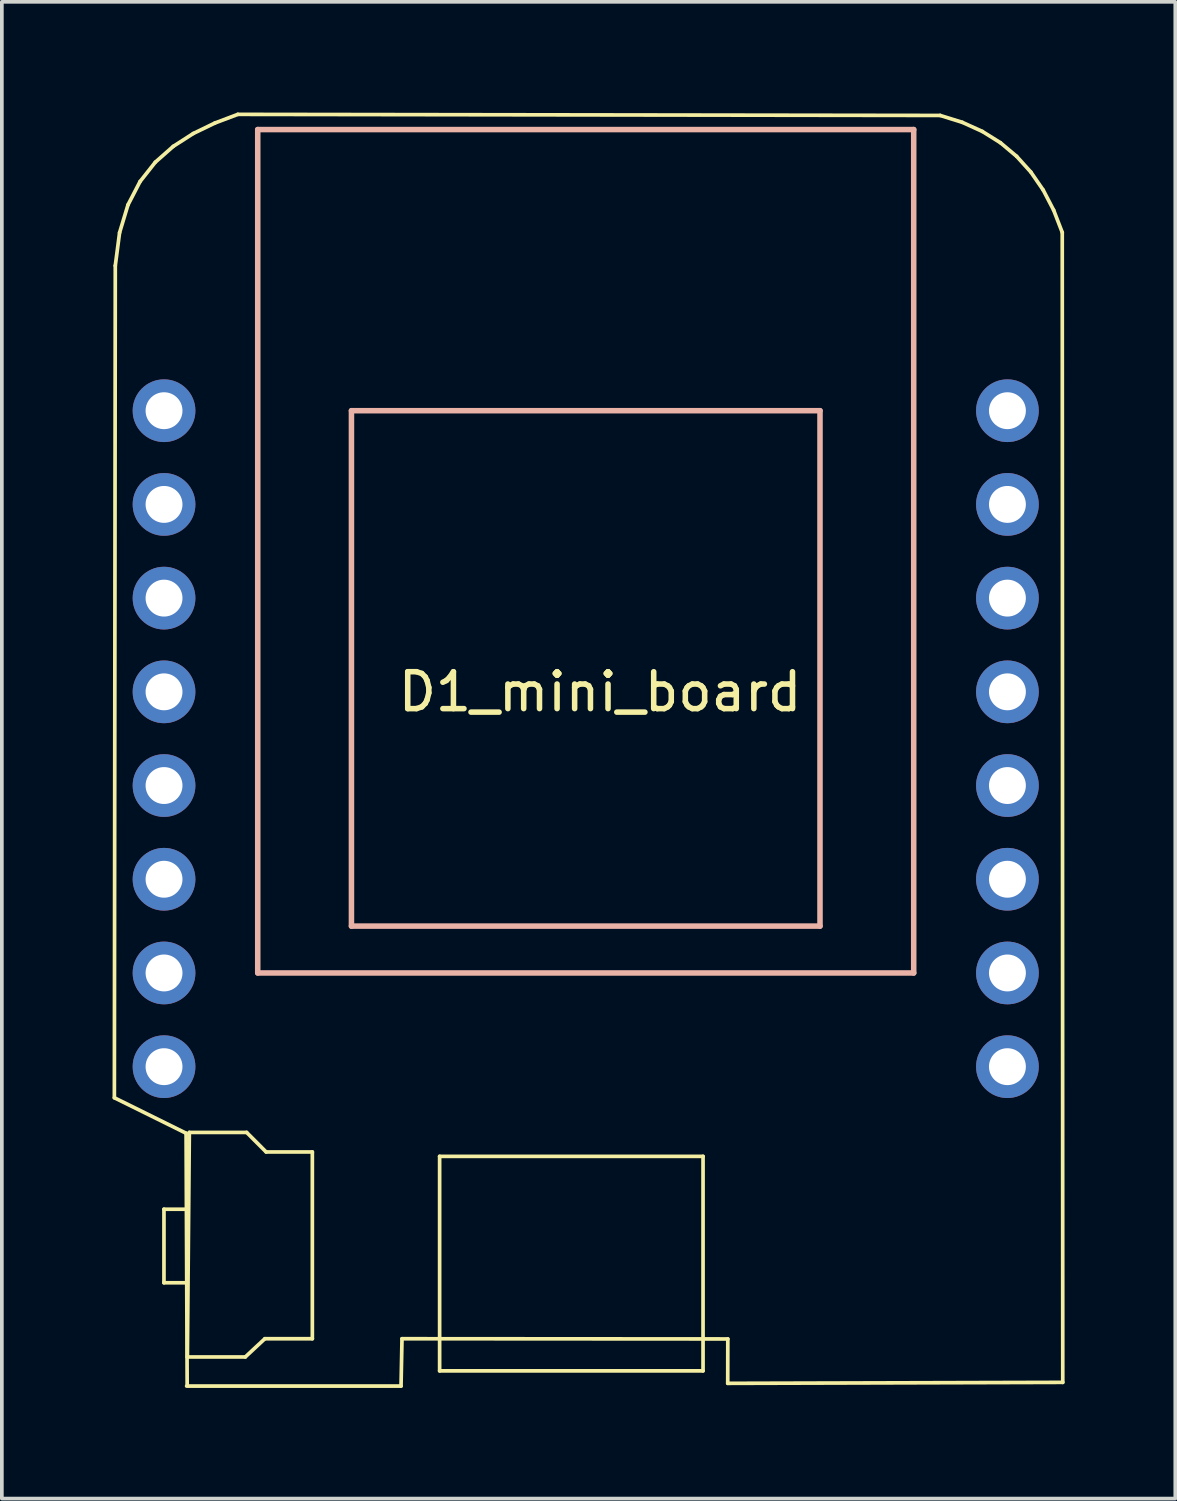
<source format=kicad_pcb>
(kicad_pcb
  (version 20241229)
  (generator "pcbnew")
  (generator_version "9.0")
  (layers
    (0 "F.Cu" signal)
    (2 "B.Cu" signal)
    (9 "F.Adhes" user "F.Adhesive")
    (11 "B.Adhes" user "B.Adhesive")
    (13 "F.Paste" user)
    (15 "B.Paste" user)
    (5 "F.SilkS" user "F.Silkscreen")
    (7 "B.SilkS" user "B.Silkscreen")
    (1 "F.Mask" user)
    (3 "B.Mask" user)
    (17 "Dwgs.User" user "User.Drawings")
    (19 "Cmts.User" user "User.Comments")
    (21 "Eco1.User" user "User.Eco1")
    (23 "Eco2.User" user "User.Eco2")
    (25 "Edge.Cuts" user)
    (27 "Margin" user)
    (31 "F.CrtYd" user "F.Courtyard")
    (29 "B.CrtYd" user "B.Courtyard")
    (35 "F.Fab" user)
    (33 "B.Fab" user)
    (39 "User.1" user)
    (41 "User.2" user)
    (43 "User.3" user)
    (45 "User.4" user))
  (footprint "D1_mini_board"
    (layer "F.Cu")
    (at 12.826 15.702)
    (property "Reference" "D1_mini_board" (at 0.39 0 0) (layer "F.SilkS") (effects (font (size 1 1) (thickness 0.15))))
    (attr through_hole)
    (fp_line (start -12.776 11.003) (end -10.832 11.964) (stroke (width 0.1) (type solid)) (layer "F.SilkS"))
    (fp_line (start -12.751 -11.552) (end -12.776 11.003) (stroke (width 0.1) (type solid)) (layer "F.SilkS"))
    (fp_line (start -12.635 -12.445) (end -12.751 -11.552) (stroke (width 0.1) (type solid)) (layer "F.SilkS"))
    (fp_line (start -12.407 -13.2) (end -12.635 -12.445) (stroke (width 0.1) (type solid)) (layer "F.SilkS"))
    (fp_line (start -12.08 -13.831) (end -12.407 -13.2) (stroke (width 0.1) (type solid)) (layer "F.SilkS"))
    (fp_line (start -11.667 -14.355) (end -12.08 -13.831) (stroke (width 0.1) (type solid)) (layer "F.SilkS"))
    (fp_line (start -11.432 14.024) (end -11.432 16.017) (stroke (width 0.1) (type solid)) (layer "F.SilkS"))
    (fp_line (start -11.432 16.017) (end -10.814 16.017) (stroke (width 0.1) (type solid)) (layer "F.SilkS"))
    (fp_line (start -11.181 -14.784) (end -11.667 -14.355) (stroke (width 0.1) (type solid)) (layer "F.SilkS"))
    (fp_line (start -10.832 11.964) (end -10.803 18.773) (stroke (width 0.1) (type solid)) (layer "F.SilkS"))
    (fp_line (start -10.817 18.817) (end -5.006 18.817) (stroke (width 0.1) (type solid)) (layer "F.SilkS"))
    (fp_line (start -10.797 18.028) (end -10.744 11.942) (stroke (width 0.1) (type solid)) (layer "F.SilkS"))
    (fp_line (start -10.779 14.024) (end -11.432 14.024) (stroke (width 0.1) (type solid)) (layer "F.SilkS"))
    (fp_line (start -10.744 11.942) (end -9.191 11.942) (stroke (width 0.1) (type solid)) (layer "F.SilkS"))
    (fp_line (start -10.638 -15.133) (end -11.181 -14.784) (stroke (width 0.1) (type solid)) (layer "F.SilkS"))
    (fp_line (start -10.05 -15.418) (end -10.638 -15.133) (stroke (width 0.1) (type solid)) (layer "F.SilkS"))
    (fp_line (start -9.43 -15.652) (end -10.05 -15.418) (stroke (width 0.1) (type solid)) (layer "F.SilkS"))
    (fp_line (start -9.227 18.028) (end -10.797 18.028) (stroke (width 0.1) (type solid)) (layer "F.SilkS"))
    (fp_line (start -9.191 11.942) (end -8.662 12.472) (stroke (width 0.1) (type solid)) (layer "F.SilkS"))
    (fp_line (start -8.697 17.534) (end -9.227 18.028) (stroke (width 0.1) (type solid)) (layer "F.SilkS"))
    (fp_line (start -8.662 12.472) (end -7.41 12.472) (stroke (width 0.1) (type solid)) (layer "F.SilkS"))
    (fp_line (start -7.41 12.472) (end -7.41 17.534) (stroke (width 0.1) (type solid)) (layer "F.SilkS"))
    (fp_line (start -7.41 17.534) (end -8.697 17.534) (stroke (width 0.1) (type solid)) (layer "F.SilkS"))
    (fp_line (start -5.006 18.817) (end -4.98 17.534) (stroke (width 0.1) (type solid)) (layer "F.SilkS"))
    (fp_line (start -4.98 17.534) (end 3.851 17.54) (stroke (width 0.1) (type solid)) (layer "F.SilkS"))
    (fp_line (start -3.96 12.591) (end -3.96 18.405) (stroke (width 0.1) (type solid)) (layer "F.SilkS"))
    (fp_line (start -3.96 18.405) (end 3.18 18.405) (stroke (width 0.1) (type solid)) (layer "F.SilkS"))
    (fp_line (start 3.18 12.591) (end -3.96 12.591) (stroke (width 0.1) (type solid)) (layer "F.SilkS"))
    (fp_line (start 3.18 18.405) (end 3.18 12.591) (stroke (width 0.1) (type solid)) (layer "F.SilkS"))
    (fp_line (start 3.849 18.743) (end 12.93 18.717) (stroke (width 0.1) (type solid)) (layer "F.SilkS"))
    (fp_line (start 3.851 17.54) (end 3.849 18.743) (stroke (width 0.1) (type solid)) (layer "F.SilkS"))
    (fp_line (start 9.607 -15.623) (end -9.43 -15.652) (stroke (width 0.1) (type solid)) (layer "F.SilkS"))
    (fp_line (start 10.205 -15.437) (end 9.607 -15.623) (stroke (width 0.1) (type solid)) (layer "F.SilkS"))
    (fp_line (start 10.749 -15.19) (end 10.205 -15.437) (stroke (width 0.1) (type solid)) (layer "F.SilkS"))
    (fp_line (start 11.241 -14.883) (end 10.749 -15.19) (stroke (width 0.1) (type solid)) (layer "F.SilkS"))
    (fp_line (start 11.679 -14.515) (end 11.241 -14.883) (stroke (width 0.1) (type solid)) (layer "F.SilkS"))
    (fp_line (start 12.065 -14.088) (end 11.679 -14.515) (stroke (width 0.1) (type solid)) (layer "F.SilkS"))
    (fp_line (start 12.4 -13.601) (end 12.065 -14.088) (stroke (width 0.1) (type solid)) (layer "F.SilkS"))
    (fp_line (start 12.683 -13.056) (end 12.4 -13.601) (stroke (width 0.1) (type solid)) (layer "F.SilkS"))
    (fp_line (start 12.916 -12.453) (end 12.683 -13.056) (stroke (width 0.1) (type solid)) (layer "F.SilkS"))
    (fp_line (start 12.93 18.717) (end 12.916 -12.453) (stroke (width 0.1) (type solid)) (layer "F.SilkS"))
    (fp_line (start -8.89 -15.24) (end 8.89 -15.24) (stroke (width 0.15) (type solid)) (layer "B.SilkS"))
    (fp_line (start -8.89 7.62) (end -8.89 -15.24) (stroke (width 0.15) (type solid)) (layer "B.SilkS"))
    (fp_line (start -6.35 -7.62) (end -6.35 6.35) (stroke (width 0.15) (type solid)) (layer "B.SilkS"))
    (fp_line (start -6.35 6.35) (end 6.35 6.35) (stroke (width 0.15) (type solid)) (layer "B.SilkS"))
    (fp_line (start 6.35 -7.62) (end -6.35 -7.62) (stroke (width 0.15) (type solid)) (layer "B.SilkS"))
    (fp_line (start 6.35 6.35) (end 6.35 -7.62) (stroke (width 0.15) (type solid)) (layer "B.SilkS"))
    (fp_line (start 8.89 -15.24) (end 8.89 7.62) (stroke (width 0.15) (type solid)) (layer "B.SilkS"))
    (fp_line (start 8.89 7.62) (end -8.89 7.62) (stroke (width 0.15) (type solid)) (layer "B.SilkS"))
    (pad "1" thru_hole circle (at 11.43 10.16) (size 1.7 1.7) (drill 1) (layers "*.Cu" "*.Mask"))
    (pad "2" thru_hole circle (at 11.43 7.62) (size 1.7 1.7) (drill 1) (layers "*.Cu" "*.Mask"))
    (pad "3" thru_hole circle (at 11.43 5.08) (size 1.7 1.7) (drill 1) (layers "*.Cu" "*.Mask"))
    (pad "4" thru_hole circle (at 11.43 2.54) (size 1.7 1.7) (drill 1) (layers "*.Cu" "*.Mask"))
    (pad "5" thru_hole circle (at 11.43 0) (size 1.7 1.7) (drill 1) (layers "*.Cu" "*.Mask"))
    (pad "6" thru_hole circle (at 11.43 -2.54) (size 1.7 1.7) (drill 1) (layers "*.Cu" "*.Mask"))
    (pad "7" thru_hole circle (at 11.43 -5.08) (size 1.7 1.7) (drill 1) (layers "*.Cu" "*.Mask"))
    (pad "8" thru_hole circle (at 11.43 -7.62) (size 1.7 1.7) (drill 1) (layers "*.Cu" "*.Mask"))
    (pad "9" thru_hole circle (at -11.43 -7.62) (size 1.7 1.7) (drill 1) (layers "*.Cu" "*.Mask"))
    (pad "10" thru_hole circle (at -11.43 -5.08) (size 1.7 1.7) (drill 1) (layers "*.Cu" "*.Mask"))
    (pad "11" thru_hole circle (at -11.43 -2.54) (size 1.7 1.7) (drill 1) (layers "*.Cu" "*.Mask"))
    (pad "12" thru_hole circle (at -11.43 0) (size 1.7 1.7) (drill 1) (layers "*.Cu" "*.Mask"))
    (pad "13" thru_hole circle (at -11.43 2.54) (size 1.7 1.7) (drill 1) (layers "*.Cu" "*.Mask"))
    (pad "14" thru_hole circle (at -11.43 5.08) (size 1.7 1.7) (drill 1) (layers "*.Cu" "*.Mask"))
    (pad "15" thru_hole circle (at -11.43 7.62) (size 1.7 1.7) (drill 1) (layers "*.Cu" "*.Mask"))
    (pad "16" thru_hole circle (at -11.43 10.16) (size 1.7 1.7) (drill 1) (layers "*.Cu" "*.Mask")))
  (gr_rect
    (start -3 -3)
    (end 28.806 37.569)
    (stroke (width 0.1) (type default))
    (fill no)
    (layer "Edge.Cuts")))
</source>
